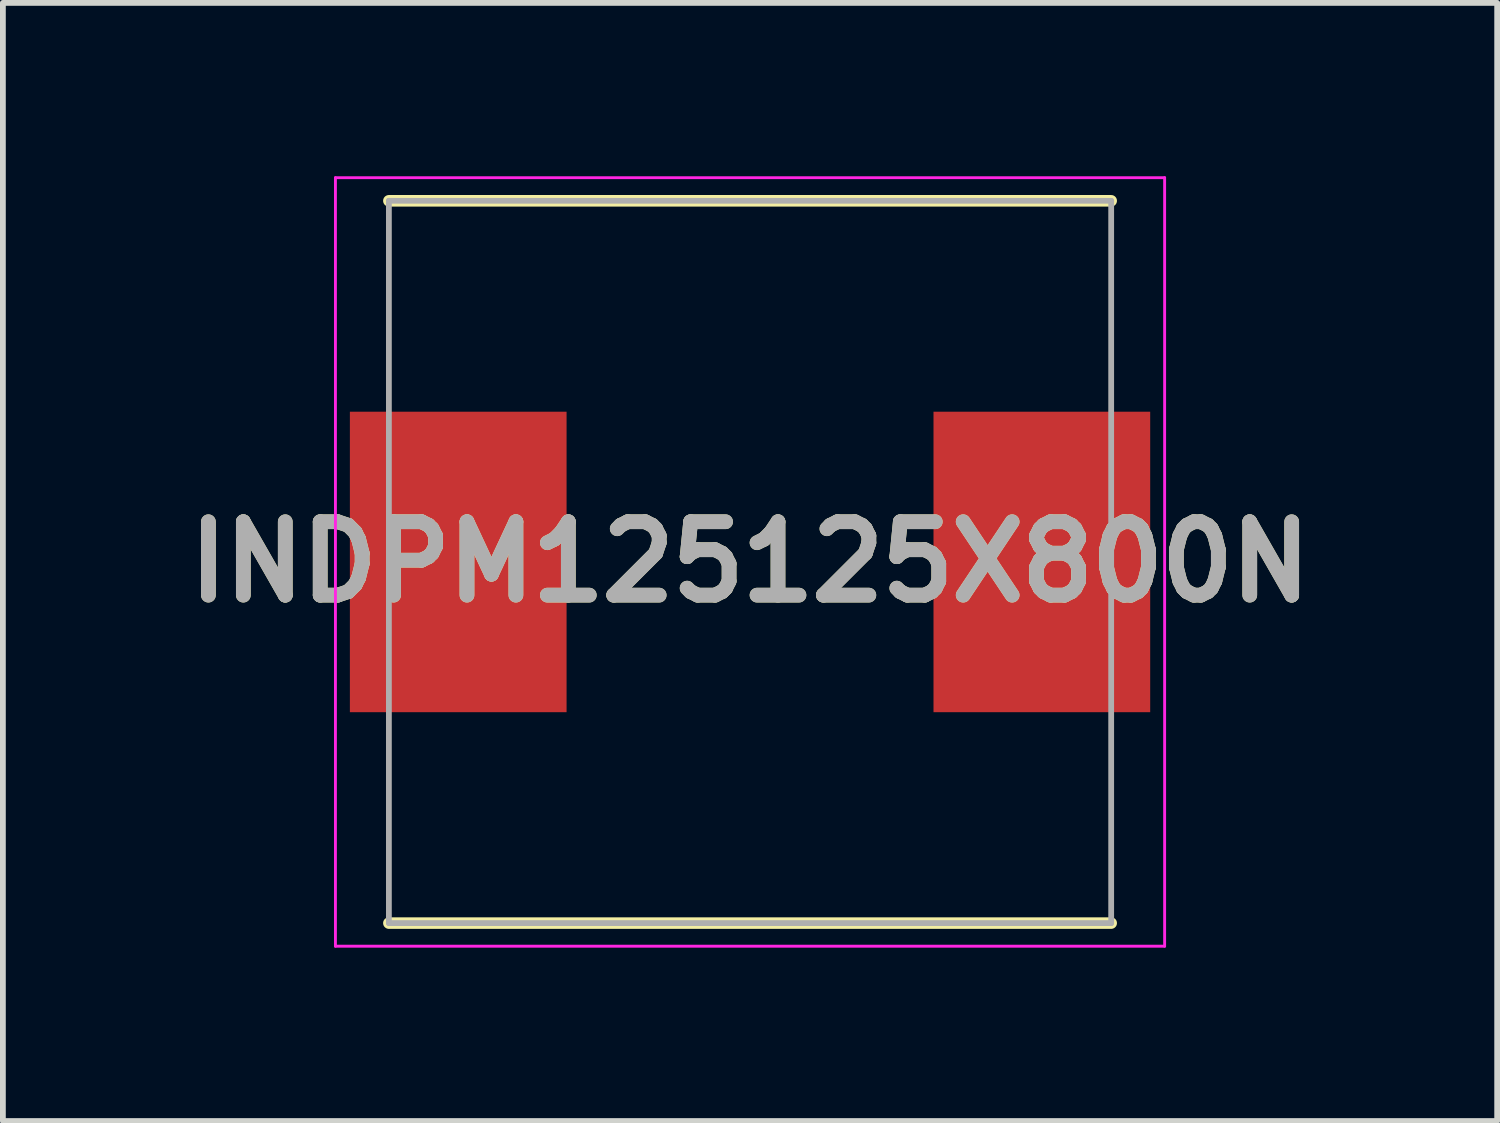
<source format=kicad_pcb>
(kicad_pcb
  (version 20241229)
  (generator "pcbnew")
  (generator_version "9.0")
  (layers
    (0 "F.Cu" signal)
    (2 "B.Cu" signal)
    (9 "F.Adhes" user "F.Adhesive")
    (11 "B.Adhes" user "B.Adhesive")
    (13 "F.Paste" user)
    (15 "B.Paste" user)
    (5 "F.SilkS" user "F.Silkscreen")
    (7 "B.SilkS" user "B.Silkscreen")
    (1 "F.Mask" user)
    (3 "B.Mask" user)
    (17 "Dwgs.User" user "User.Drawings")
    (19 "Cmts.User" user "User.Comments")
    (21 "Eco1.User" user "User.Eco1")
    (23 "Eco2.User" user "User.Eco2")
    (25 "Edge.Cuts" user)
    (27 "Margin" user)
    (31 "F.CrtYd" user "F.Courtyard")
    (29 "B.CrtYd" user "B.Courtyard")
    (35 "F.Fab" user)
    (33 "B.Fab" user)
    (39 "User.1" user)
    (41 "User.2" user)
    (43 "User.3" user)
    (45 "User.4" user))
  (footprint "INDPM125125X800N"
    (layer "F.Cu")
    (at 9.93 6.675)
    (property "Reference" "INDPM125125X800N" (at 0 0 0) (layer "F.SilkS") (effects (font (size 1.27 1.27) (thickness 0.254))))
    (attr smd)
    (fp_line (start -6.25 6.25) (end 6.25 6.25) (stroke (width 0.2) (type solid)) (layer "F.SilkS"))
    (fp_line (start 6.25 -6.25) (end -6.25 -6.25) (stroke (width 0.2) (type solid)) (layer "F.SilkS"))
    (fp_line (start -7.175 -6.65) (end 7.175 -6.65) (stroke (width 0.05) (type solid)) (layer "F.CrtYd"))
    (fp_line (start -7.175 6.65) (end -7.175 -6.65) (stroke (width 0.05) (type solid)) (layer "F.CrtYd"))
    (fp_line (start 7.175 -6.65) (end 7.175 6.65) (stroke (width 0.05) (type solid)) (layer "F.CrtYd"))
    (fp_line (start 7.175 6.65) (end -7.175 6.65) (stroke (width 0.05) (type solid)) (layer "F.CrtYd"))
    (fp_line (start -6.25 -6.25) (end 6.25 -6.25) (stroke (width 0.1) (type solid)) (layer "F.Fab"))
    (fp_line (start -6.25 6.25) (end -6.25 -6.25) (stroke (width 0.1) (type solid)) (layer "F.Fab"))
    (fp_line (start 6.25 -6.25) (end 6.25 6.25) (stroke (width 0.1) (type solid)) (layer "F.Fab"))
    (fp_line (start 6.25 6.25) (end -6.25 6.25) (stroke (width 0.1) (type solid)) (layer "F.Fab"))
    (fp_text user "${REFERENCE}" (at 0 0 0) (layer "F.Fab") (effects (font (size 1.27 1.27) (thickness 0.254))))
    (pad "1" smd rect (at -5.05 0) (size 3.75 5.2) (layers "F.Cu" "F.Mask" "F.Paste"))
    (pad "2" smd rect (at 5.05 0) (size 3.75 5.2) (layers "F.Cu" "F.Mask" "F.Paste")))
  (gr_rect
    (start -3 -3)
    (end 22.86 16.35)
    (stroke (width 0.1) (type default))
    (fill no)
    (layer "Edge.Cuts")))
</source>
